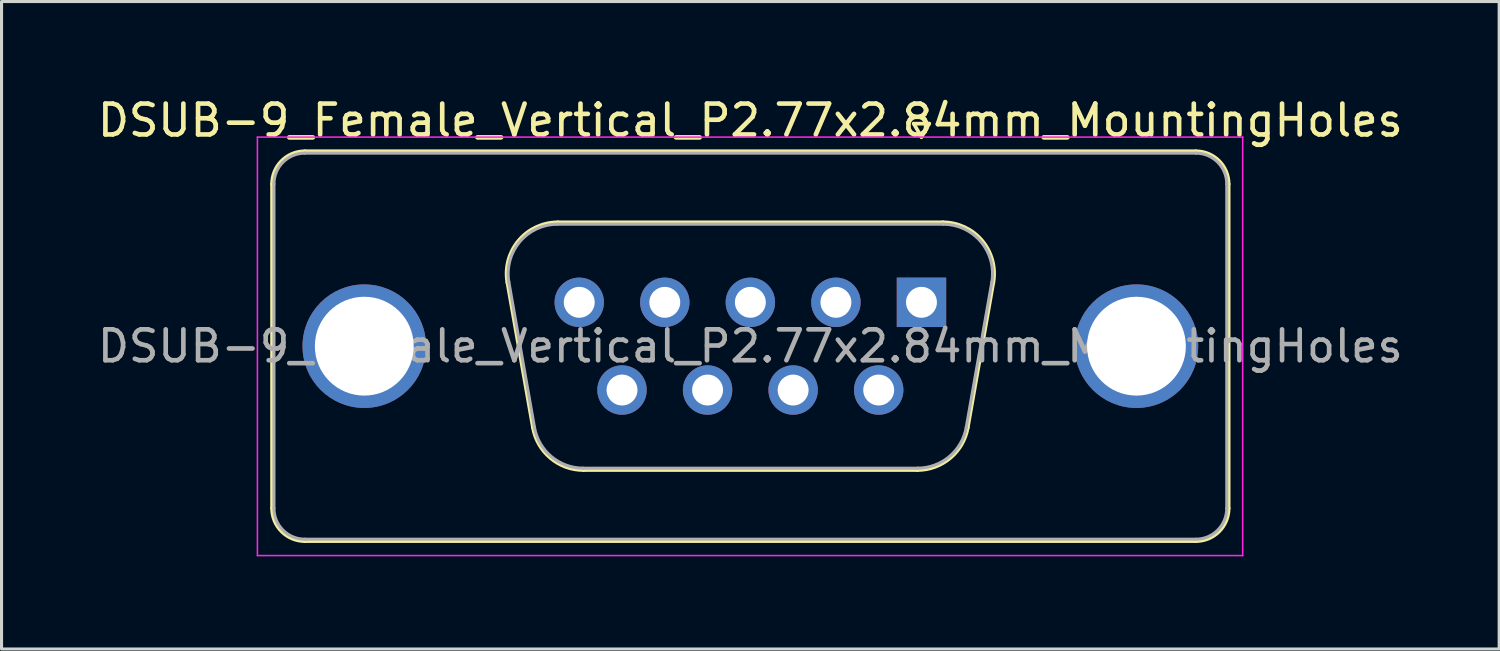
<source format=kicad_pcb>
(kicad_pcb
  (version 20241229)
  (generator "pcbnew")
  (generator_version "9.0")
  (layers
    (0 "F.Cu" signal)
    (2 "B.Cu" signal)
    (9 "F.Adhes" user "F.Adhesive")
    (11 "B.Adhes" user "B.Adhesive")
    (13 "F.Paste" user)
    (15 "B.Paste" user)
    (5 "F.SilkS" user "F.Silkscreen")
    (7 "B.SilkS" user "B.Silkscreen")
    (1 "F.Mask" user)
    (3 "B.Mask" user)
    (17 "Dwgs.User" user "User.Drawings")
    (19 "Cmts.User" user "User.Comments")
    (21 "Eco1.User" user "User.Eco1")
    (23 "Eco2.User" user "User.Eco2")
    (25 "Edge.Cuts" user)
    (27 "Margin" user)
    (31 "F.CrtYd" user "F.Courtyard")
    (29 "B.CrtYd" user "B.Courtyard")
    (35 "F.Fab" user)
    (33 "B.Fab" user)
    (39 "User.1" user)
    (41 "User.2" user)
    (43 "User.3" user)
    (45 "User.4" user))
  (footprint "DSUB-9_Female_Vertical_P2.77x2.84mm_MountingHoles"
    (layer "F.Cu")
    (at 26.784 6.738)
    (property "Reference" "DSUB-9_Female_Vertical_P2.77x2.84mm_MountingHoles" (at -5.54 -5.89 0) (layer "F.SilkS") (effects (font (size 1 1) (thickness 0.15))))
    (attr through_hole)
    (fp_line (start -21.025 6.67) (end -21.025 -3.83) (stroke (width 0.12) (type solid)) (layer "F.SilkS"))
    (fp_line (start -19.965 -4.89) (end 8.885 -4.89) (stroke (width 0.12) (type solid)) (layer "F.SilkS"))
    (fp_line (start -13.406 -0.642) (end -12.578 4.058) (stroke (width 0.12) (type solid)) (layer "F.SilkS"))
    (fp_line (start -11.772 -2.59) (end 0.692 -2.59) (stroke (width 0.12) (type solid)) (layer "F.SilkS"))
    (fp_line (start -10.943 5.43) (end -0.137 5.43) (stroke (width 0.12) (type solid)) (layer "F.SilkS"))
    (fp_line (start -0.25 -5.784) (end 0.25 -5.784) (stroke (width 0.12) (type solid)) (layer "F.SilkS"))
    (fp_line (start 0 -5.351) (end -0.25 -5.784) (stroke (width 0.12) (type solid)) (layer "F.SilkS"))
    (fp_line (start 0.25 -5.784) (end 0 -5.351) (stroke (width 0.12) (type solid)) (layer "F.SilkS"))
    (fp_line (start 2.326 -0.642) (end 1.498 4.058) (stroke (width 0.12) (type solid)) (layer "F.SilkS"))
    (fp_line (start 8.885 7.73) (end -19.965 7.73) (stroke (width 0.12) (type solid)) (layer "F.SilkS"))
    (fp_line (start 9.945 -3.83) (end 9.945 6.67) (stroke (width 0.12) (type solid)) (layer "F.SilkS"))
    (fp_arc (start -21.025 -3.83) (mid -20.714533 -4.579533) (end -19.965 -4.89) (stroke (width 0.12) (type solid)) (layer "F.SilkS"))
    (fp_arc (start -19.965 7.73) (mid -20.714533 7.419533) (end -21.025 6.67) (stroke (width 0.12) (type solid)) (layer "F.SilkS"))
    (fp_arc (start -13.40647 -0.641744) (mid -13.043323 -1.997028) (end -11.771689 -2.59) (stroke (width 0.12) (type solid)) (layer "F.SilkS"))
    (fp_arc (start -10.942952 5.43) (mid -12.009979 5.041634) (end -12.577733 4.058256) (stroke (width 0.12) (type solid)) (layer "F.SilkS"))
    (fp_arc (start 0.691689 -2.59) (mid 1.963323 -1.997027) (end 2.32647 -0.641744) (stroke (width 0.12) (type solid)) (layer "F.SilkS"))
    (fp_arc (start 1.497733 4.058256) (mid 0.92998 5.041634) (end -0.137048 5.43) (stroke (width 0.12) (type solid)) (layer "F.SilkS"))
    (fp_arc (start 8.885 -4.89) (mid 9.634533 -4.579533) (end 9.945 -3.83) (stroke (width 0.12) (type solid)) (layer "F.SilkS"))
    (fp_arc (start 9.945 6.67) (mid 9.634533 7.419533) (end 8.885 7.73) (stroke (width 0.12) (type solid)) (layer "F.SilkS"))
    (fp_line (start -21.5 -5.35) (end -21.5 8.2) (stroke (width 0.05) (type solid)) (layer "F.CrtYd"))
    (fp_line (start -21.5 8.2) (end 10.4 8.2) (stroke (width 0.05) (type solid)) (layer "F.CrtYd"))
    (fp_line (start 10.4 -5.35) (end -21.5 -5.35) (stroke (width 0.05) (type solid)) (layer "F.CrtYd"))
    (fp_line (start 10.4 8.2) (end 10.4 -5.35) (stroke (width 0.05) (type solid)) (layer "F.CrtYd"))
    (fp_line (start -20.965 6.67) (end -20.965 -3.83) (stroke (width 0.1) (type solid)) (layer "F.Fab"))
    (fp_line (start -19.965 -4.83) (end 8.885 -4.83) (stroke (width 0.1) (type solid)) (layer "F.Fab"))
    (fp_line (start -13.359 -0.652) (end -12.53 4.048) (stroke (width 0.1) (type solid)) (layer "F.Fab"))
    (fp_line (start -11.783 -2.53) (end 0.703 -2.53) (stroke (width 0.1) (type solid)) (layer "F.Fab"))
    (fp_line (start -10.954 5.37) (end -0.126 5.37) (stroke (width 0.1) (type solid)) (layer "F.Fab"))
    (fp_line (start 2.279 -0.652) (end 1.45 4.048) (stroke (width 0.1) (type solid)) (layer "F.Fab"))
    (fp_line (start 8.885 7.67) (end -19.965 7.67) (stroke (width 0.1) (type solid)) (layer "F.Fab"))
    (fp_line (start 9.885 -3.83) (end 9.885 6.67) (stroke (width 0.1) (type solid)) (layer "F.Fab"))
    (fp_arc (start -20.965 -3.83) (mid -20.672107 -4.537107) (end -19.965 -4.83) (stroke (width 0.1) (type solid)) (layer "F.Fab"))
    (fp_arc (start -19.965 7.67) (mid -20.672107 7.377107) (end -20.965 6.67) (stroke (width 0.1) (type solid)) (layer "F.Fab"))
    (fp_arc (start -13.358886 -0.652163) (mid -13.008865 -1.95846) (end -11.783194 -2.53) (stroke (width 0.1) (type solid)) (layer "F.Fab"))
    (fp_arc (start -10.954457 5.37) (mid -11.982917 4.995671) (end -12.530149 4.047837) (stroke (width 0.1) (type solid)) (layer "F.Fab"))
    (fp_arc (start 0.703194 -2.53) (mid 1.928865 -1.95846) (end 2.278886 -0.652163) (stroke (width 0.1) (type solid)) (layer "F.Fab"))
    (fp_arc (start 1.450149 4.047837) (mid 0.902917 4.995671) (end -0.125543 5.37) (stroke (width 0.1) (type solid)) (layer "F.Fab"))
    (fp_arc (start 8.885 -4.83) (mid 9.592107 -4.537107) (end 9.885 -3.83) (stroke (width 0.1) (type solid)) (layer "F.Fab"))
    (fp_arc (start 9.885 6.67) (mid 9.592107 7.377107) (end 8.885 7.67) (stroke (width 0.1) (type solid)) (layer "F.Fab"))
    (fp_text user "${REFERENCE}" (at -5.54 1.42 0) (layer "F.Fab") (effects (font (size 1 1) (thickness 0.15))))
    (pad "0" thru_hole circle (at -18.04 1.42) (size 4 4) (drill 3.2) (layers "*.Cu" "*.Mask"))
    (pad "0" thru_hole circle (at 6.96 1.42) (size 4 4) (drill 3.2) (layers "*.Cu" "*.Mask"))
    (pad "1" thru_hole rect (at 0 0) (size 1.6 1.6) (drill 1) (layers "*.Cu" "*.Mask"))
    (pad "2" thru_hole circle (at -2.77 0) (size 1.6 1.6) (drill 1) (layers "*.Cu" "*.Mask"))
    (pad "3" thru_hole circle (at -5.54 0) (size 1.6 1.6) (drill 1) (layers "*.Cu" "*.Mask"))
    (pad "4" thru_hole circle (at -8.31 0) (size 1.6 1.6) (drill 1) (layers "*.Cu" "*.Mask"))
    (pad "5" thru_hole circle (at -11.08 0) (size 1.6 1.6) (drill 1) (layers "*.Cu" "*.Mask"))
    (pad "6" thru_hole circle (at -1.385 2.84) (size 1.6 1.6) (drill 1) (layers "*.Cu" "*.Mask"))
    (pad "7" thru_hole circle (at -4.155 2.84) (size 1.6 1.6) (drill 1) (layers "*.Cu" "*.Mask"))
    (pad "8" thru_hole circle (at -6.925 2.84) (size 1.6 1.6) (drill 1) (layers "*.Cu" "*.Mask"))
    (pad "9" thru_hole circle (at -9.695 2.84) (size 1.6 1.6) (drill 1) (layers "*.Cu" "*.Mask")))
  (gr_rect
    (start -3 -3)
    (end 45.488 17.963)
    (stroke (width 0.1) (type default))
    (fill no)
    (layer "Edge.Cuts")))
</source>
